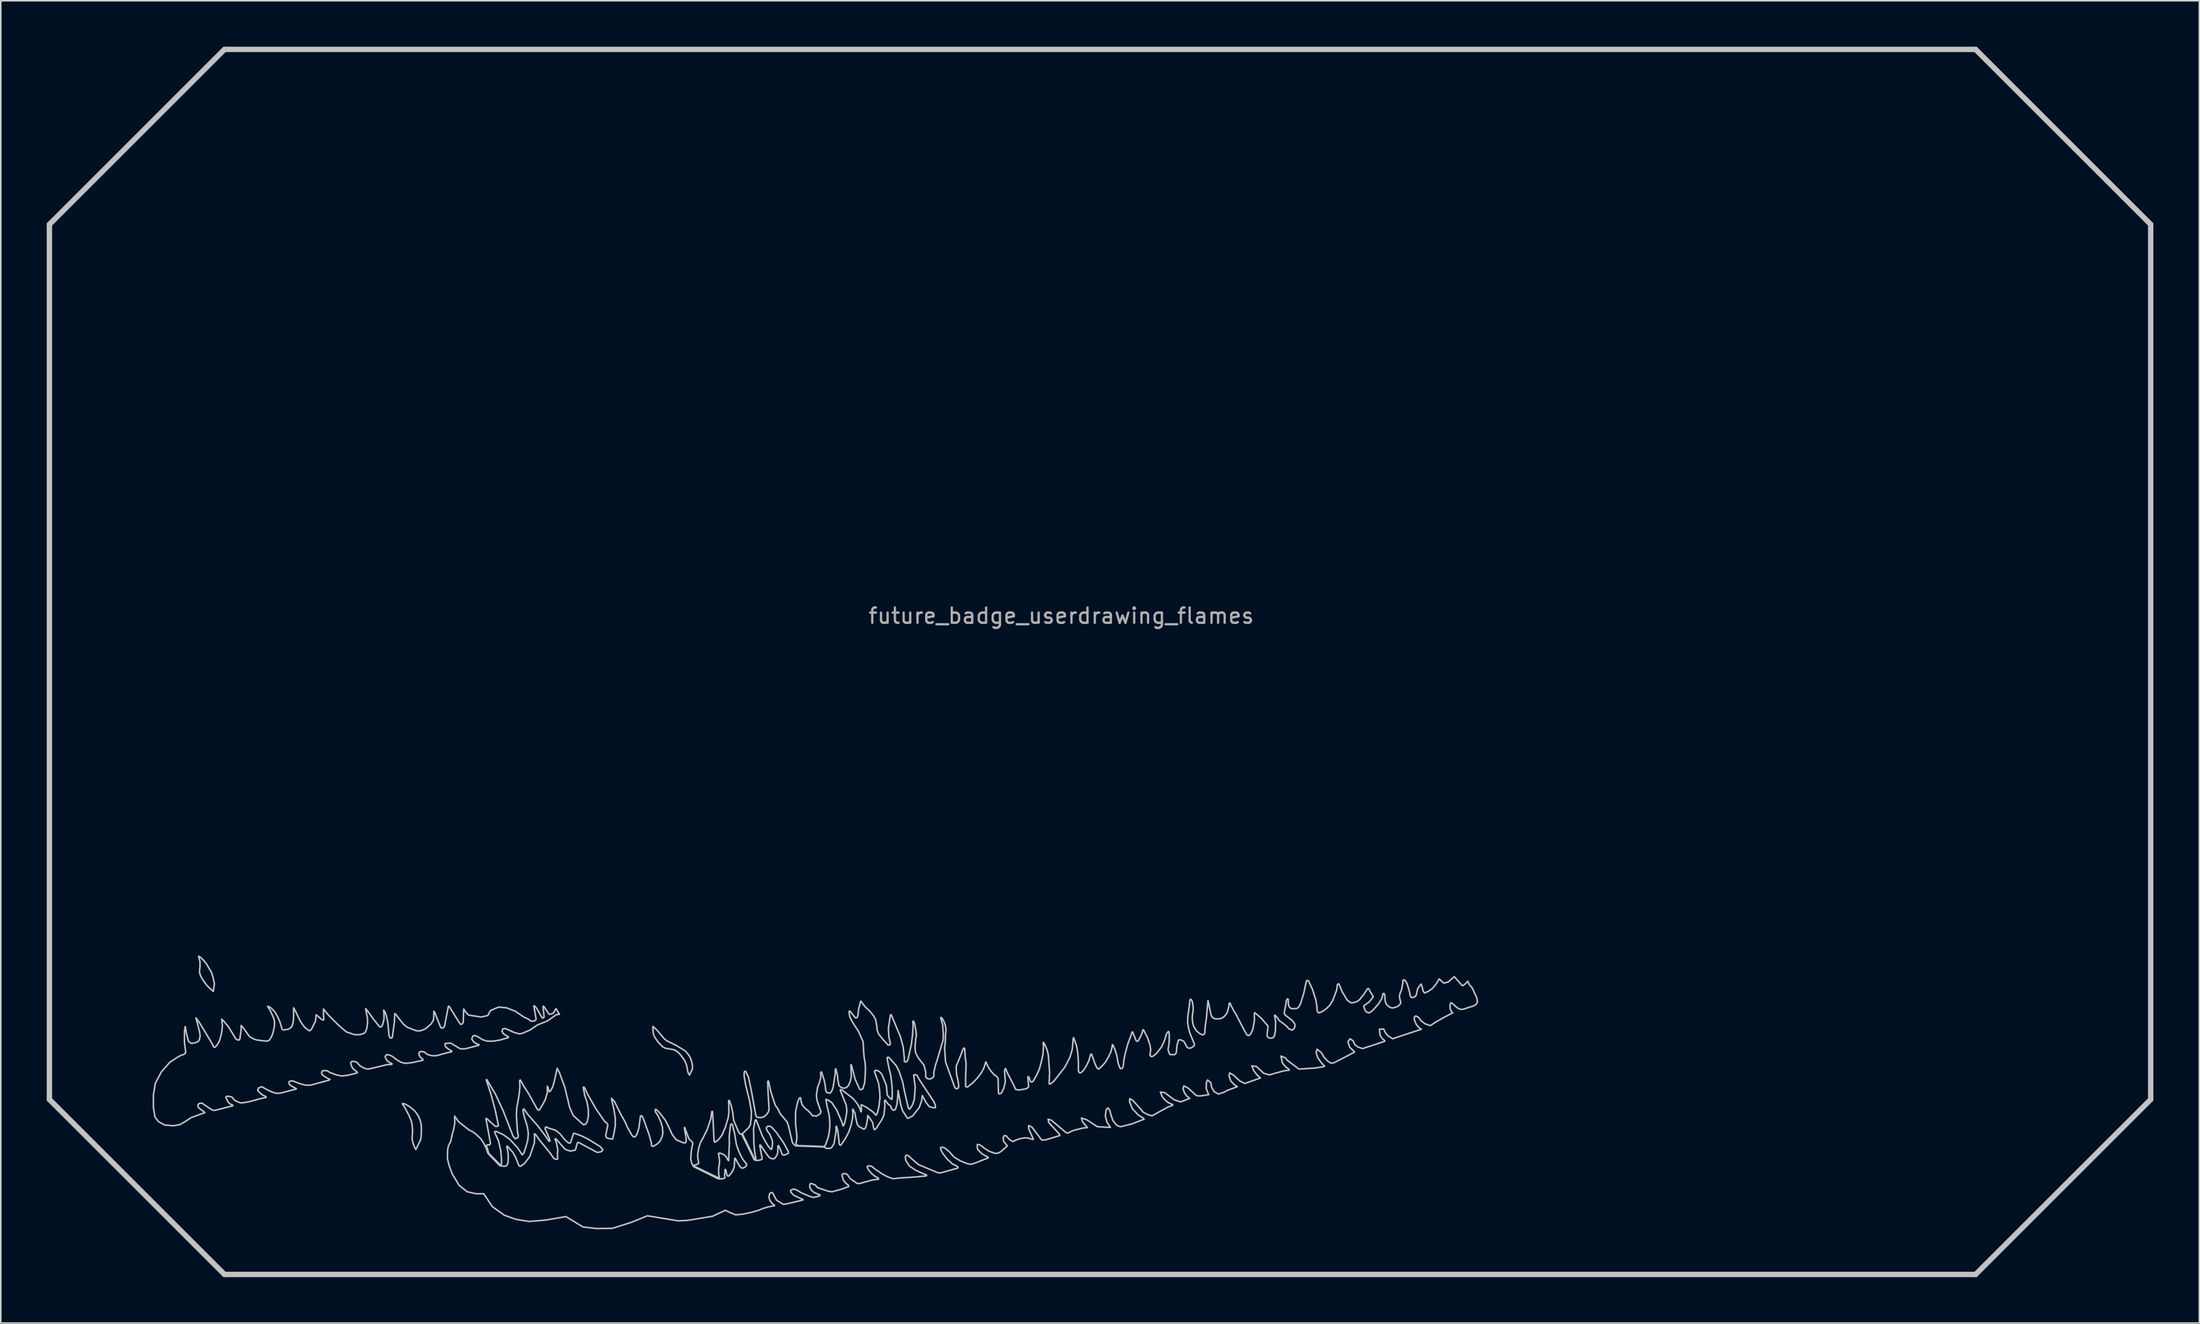
<source format=kicad_pcb>
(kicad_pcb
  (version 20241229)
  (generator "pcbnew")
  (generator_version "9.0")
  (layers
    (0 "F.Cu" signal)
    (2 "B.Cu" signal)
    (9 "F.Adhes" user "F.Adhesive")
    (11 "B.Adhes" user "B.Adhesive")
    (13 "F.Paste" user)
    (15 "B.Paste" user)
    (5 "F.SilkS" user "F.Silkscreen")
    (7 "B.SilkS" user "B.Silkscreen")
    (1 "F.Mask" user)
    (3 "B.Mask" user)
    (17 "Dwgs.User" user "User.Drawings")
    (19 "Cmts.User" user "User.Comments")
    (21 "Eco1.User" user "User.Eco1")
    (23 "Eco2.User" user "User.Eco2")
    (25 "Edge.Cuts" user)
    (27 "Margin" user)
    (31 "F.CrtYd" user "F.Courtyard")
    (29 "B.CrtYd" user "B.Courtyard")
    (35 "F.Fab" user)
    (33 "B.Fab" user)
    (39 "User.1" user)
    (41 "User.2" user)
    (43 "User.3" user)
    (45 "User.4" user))
  (footprint "future_badge_userdrawing_flames"
    (layer "F.Cu")
    (at 66.213 37.664)
    (property "Reference" "future_badge_userdrawing_flames" (at 0 -0.5 0) (unlocked yes) (layer "F.Fab") (effects (font (size 1 1) (thickness 0.15))))
    (fp_line (start -66.038 -26.06) (end -66.038 31.083) (stroke (width 0.35) (type solid)) (layer "Dwgs.User"))
    (fp_line (start -66.038 31.083) (end -54.61 42.511) (stroke (width 0.35) (type solid)) (layer "Dwgs.User"))
    (fp_line (start -54.61 -37.489) (end -66.038 -26.06) (stroke (width 0.35) (type solid)) (layer "Dwgs.User"))
    (fp_line (start -54.61 42.511) (end 59.676 42.511) (stroke (width 0.35) (type solid)) (layer "Dwgs.User"))
    (fp_line (start 59.676 -37.489) (end -54.61 -37.489) (stroke (width 0.35) (type solid)) (layer "Dwgs.User"))
    (fp_line (start 59.676 42.511) (end 71.105 31.083) (stroke (width 0.35) (type solid)) (layer "Dwgs.User"))
    (fp_line (start 71.105 -26.06) (end 59.676 -37.489) (stroke (width 0.35) (type solid)) (layer "Dwgs.User"))
    (fp_line (start 71.105 31.083) (end 71.105 -26.06) (stroke (width 0.35) (type solid)) (layer "Dwgs.User"))
    (fp_poly (pts (xy -56.18 21.8) (xy -56.02 21.95) (xy -55.78 22.24) (xy -55.47 22.77) (xy -55.36 23.09) (xy -55.27 23.53) (xy -55.34 24.03) (xy -55.73 23.67) (xy -55.97 23.36) (xy -56.15 23.06) (xy -56.23 22.84) (xy -56.24 22.66) (xy -56.21 22.43) (xy -56.21 22.09) (xy -56.26 21.91) (xy -56.3 21.73) (xy -56.28 21.73)) (stroke (width 0.1) (type solid)) (fill no) (layer "Dwgs.User"))
    (fp_poly (pts (xy -42.8 31.39) (xy -42.7 31.45) (xy -42.5 31.58) (xy -42.25 31.78) (xy -42.06 32) (xy -41.92 32.24) (xy -41.83 32.47) (xy -41.77 32.74) (xy -41.76 32.99) (xy -41.77 33.43) (xy -41.79 33.6) (xy -41.82 33.73) (xy -41.95 34) (xy -42.12 34.35) (xy -42.18 34.26) (xy -42.26 34.07) (xy -42.34 33.8) (xy -42.36 33.68) (xy -42.36 33.46) (xy -42.34 33.27) (xy -42.34 33.03) (xy -42.37 32.73) (xy -42.41 32.51) (xy -42.57 32.13) (xy -42.84 31.61) (xy -43.01 31.36) (xy -42.95 31.35)) (stroke (width 0.1) (type solid)) (fill no) (layer "Dwgs.User"))
    (fp_poly (pts (xy -26.38 26.56) (xy -25.9 27.13) (xy -25.74 27.25) (xy -25.1 27.57) (xy -24.55 27.91) (xy -24.38 28.09) (xy -24.23 28.31) (xy -24.14 28.54) (xy -24.08 28.8) (xy -24.07 29) (xy -24.08 29.11) (xy -24.26 29.49) (xy -24.32 29.4) (xy -24.37 29.28) (xy -24.4 29.14) (xy -24.44 28.88) (xy -24.51 28.7) (xy -24.58 28.53) (xy -24.84 28.18) (xy -24.98 28.03) (xy -25.11 27.92) (xy -25.24 27.85) (xy -25.4 27.81) (xy -25.75 27.76) (xy -25.9 27.71) (xy -26.04 27.62) (xy -26.3 27.35) (xy -26.53 27.02) (xy -26.61 26.83) (xy -26.65 26.51) (xy -26.65 26.31)) (stroke (width 0.1) (type solid)) (fill no) (layer "Dwgs.User"))
    (fp_poly (pts (xy -34.3 25.05) (xy -34.175 25.225) (xy -33.975 25.6) (xy -33.85 25.775) (xy -33.8 25.75) (xy -33.75 25.7) (xy -33.775 25.475) (xy -33.825 25) (xy -33.775 25) (xy -33.425 25.525) (xy -33.275 25.5) (xy -33.15 25.45) (xy -32.975 25.15) (xy -32.75 25.525) (xy -32.825 25.525) (xy -32.95 25.55) (xy -33.1 25.65) (xy -33.275 25.775) (xy -33.525 25.95) (xy -34.2 26.225) (xy -34.675 26.55) (xy -35.2 26.775) (xy -35.375 26.8) (xy -35.725 26.7) (xy -36.275 26.45) (xy -36.45 26.475) (xy -36.5 26.625) (xy -36.4 26.8) (xy -36.075 27) (xy -36.1 27.05) (xy -36.625 27.2) (xy -37.075 27.275) (xy -37.475 27.275) (xy -37.775 27.175) (xy -38.05 27) (xy -38.275 26.9) (xy -38.4 26.95) (xy -38.475 27.125) (xy -38.35 27.325) (xy -38.15 27.45) (xy -38 27.5) (xy -38.025 27.55) (xy -38.9 27.775) (xy -39.225 27.775) (xy -39.85 27.4) (xy -40.2 27.425) (xy -40.225 27.55) (xy -40.15 27.675) (xy -39.95 27.825) (xy -39.775 27.925) (xy -39.8 27.975) (xy -40.05 28.025) (xy -40.775 28.225) (xy -41.075 28.225) (xy -41.35 28.15) (xy -41.5 28.05) (xy -41.575 27.975) (xy -41.775 27.95) (xy -41.9 28) (xy -41.925 28.125) (xy -41.85 28.3) (xy -41.65 28.475) (xy -41.675 28.525) (xy -42.35 28.675) (xy -42.825 28.725) (xy -43.1 28.65) (xy -43.35 28.5) (xy -43.65 28.275) (xy -43.8 28.2) (xy -44 28.15) (xy -44.1 28.225) (xy -44.125 28.3) (xy -44.1 28.375) (xy -44 28.55) (xy -43.825 28.675) (xy -43.675 28.75) (xy -43.7 28.8) (xy -43.975 28.8) (xy -44.475 28.925) (xy -45.1 29.075) (xy -45.3 29.1) (xy -45.525 29.025) (xy -45.775 28.875) (xy -45.95 28.675) (xy -46.125 28.6) (xy -46.3 28.6) (xy -46.375 28.675) (xy -46.325 28.9) (xy -46.225 29.075) (xy -45.95 29.3) (xy -45.95 29.35) (xy -46.55 29.5) (xy -46.975 29.55) (xy -47.325 29.475) (xy -47.725 29.325) (xy -47.925 29.2) (xy -48.2 29.2) (xy -48.275 29.3) (xy -48.25 29.45) (xy -48.125 29.55) (xy -47.975 29.65) (xy -47.725 29.775) (xy -47.8 29.825) (xy -49 30.15) (xy -49.3 30.15) (xy -49.7 30.05) (xy -50.15 29.875) (xy -50.3 29.875) (xy -50.4 29.925) (xy -50.4 30.05) (xy -50.35 30.125) (xy -50.25 30.2) (xy -49.925 30.375) (xy -49.925 30.4) (xy -50.975 30.675) (xy -51.25 30.675) (xy -51.5 30.6) (xy -51.825 30.45) (xy -52.175 30.25) (xy -52.375 30.325) (xy -52.45 30.475) (xy -52.35 30.6) (xy -52.15 30.775) (xy -51.9 30.9) (xy -51.9 30.95) (xy -52.35 31.05) (xy -52.975 31.225) (xy -53.4 31.3) (xy -53.575 31.3) (xy -53.725 31.25) (xy -53.925 31.15) (xy -54.025 31.05) (xy -54.125 30.925) (xy -54.325 30.875) (xy -54.45 30.875) (xy -54.525 30.925) (xy -54.475 31.05) (xy -54.375 31.25) (xy -54.25 31.375) (xy -54.075 31.45) (xy -54.075 31.5) (xy -54.475 31.6) (xy -55.15 31.775) (xy -55.3 31.8) (xy -55.4 31.775) (xy -55.525 31.7) (xy -55.75 31.55) (xy -56.075 31.325) (xy -56.225 31.325) (xy -56.325 31.4) (xy -56.35 31.525) (xy -56.3 31.625) (xy -55.9 31.925) (xy -55.9 31.95) (xy -56.05 32) (xy -56.8 32.275) (xy -57.175 32.525) (xy -57.525 32.725) (xy -57.95 32.8) (xy -58.525 32.75) (xy -58.925 32.525) (xy -59.15 32.225) (xy -59.25 31.625) (xy -59.25 30.775) (xy -59.125 30.025) (xy -58.725 29.275) (xy -58.175 28.65) (xy -57.675 28.325) (xy -57.45 28.2) (xy -57.275 28.15) (xy -57.15 28.05) (xy -57.15 27.925) (xy -57.225 27.375) (xy -57.225 26.65) (xy -57.175 26.325) (xy -57.125 26.575) (xy -57.1 26.75) (xy -57 27.15) (xy -56.95 27.3) (xy -56.85 27.375) (xy -56.75 27.425) (xy -56.5 27.375) (xy -56.325 27.3) (xy -56.25 27.175) (xy -56.2 26.95) (xy -56.225 26.725) (xy -56.325 26.325) (xy -56.475 25.75) (xy -56.225 26.1) (xy -55.425 27.425) (xy -55.375 27.525) (xy -55.325 27.65) (xy -55.275 27.675) (xy -55.225 27.675) (xy -55.075 27.5) (xy -54.95 27.275) (xy -54.85 26.95) (xy -54.775 26.575) (xy -54.75 26.25) (xy -54.775 26) (xy -54.8 25.85) (xy -54.7 25.925) (xy -54.55 26.1) (xy -54.325 26.375) (xy -53.875 27.125) (xy -53.75 27.2) (xy -53.65 27.2) (xy -53.6 27.1) (xy -53.55 26.7) (xy -53.525 26.525) (xy -53.525 26.25) (xy -53.35 26.45) (xy -53.125 26.775) (xy -52.975 26.975) (xy -52.725 27.125) (xy -52.5 27.2) (xy -52.1 27.25) (xy -51.85 27.275) (xy -51.7 27.225) (xy -51.55 27) (xy -51.45 26.75) (xy -51.4 26.525) (xy -51.35 26.275) (xy -51.35 25.975) (xy -51.4 25.775) (xy -51.6 25.325) (xy -51.8 25) (xy -51.65 25.05) (xy -51.475 25.2) (xy -51.3 25.4) (xy -51.125 25.725) (xy -51 26) (xy -50.85 26.5) (xy -50.75 26.55) (xy -50.475 26.5) (xy -50.35 26.45) (xy -50.2 26.3) (xy -50.125 26) (xy -50.1 25.7) (xy -50.1 25.1) (xy -50 25.275) (xy -49.65 26) (xy -49.375 26.375) (xy -49.15 26.55) (xy -49.075 26.6) (xy -48.975 26.55) (xy -48.925 26.475) (xy -48.675 25.975) (xy -48.65 25.75) (xy -48.625 25.55) (xy -48.25 25.875) (xy -48.175 25.9) (xy -48.125 25.875) (xy -48.15 25.5) (xy -48.15 25.175) (xy -47.85 25.55) (xy -47.125 26.275) (xy -46.65 26.675) (xy -46.125 26.85) (xy -45.775 26.85) (xy -45.525 26.775) (xy -45.425 26.7) (xy -45.325 26.45) (xy -45.275 26.1) (xy -45.275 25.825) (xy -45.4 25.15) (xy -45.2 25.4) (xy -44.9 25.825) (xy -44.6 26.2) (xy -44.475 26.35) (xy -44.35 26.325) (xy -44.275 26.15) (xy -44.2 25.825) (xy -44.2 25.525) (xy -44.225 25.25) (xy -44.15 25.35) (xy -44.075 25.525) (xy -44.025 25.725) (xy -43.95 26.05) (xy -43.875 26.9) (xy -43.825 27.025) (xy -43.775 27.075) (xy -43.675 27.05) (xy -43.65 26.975) (xy -43.525 26.05) (xy -43.5 25.475) (xy -43.45 25.5) (xy -43.125 25.925) (xy -42.925 26.175) (xy -42.675 26.375) (xy -42.075 26.6) (xy -41.825 26.6) (xy -41.5 26.475) (xy -41.125 26.15) (xy -40.975 25.9) (xy -40.95 25.65) (xy -40.95 25.325) (xy -40.9 25.375) (xy -40.525 26.325) (xy -40.475 26.4) (xy -40.425 26.425) (xy -40.325 26.4) (xy -40.25 26.3) (xy -40 25) (xy -39.95 25) (xy -39.25 26.125) (xy -39.2 26.175) (xy -39.15 26.175) (xy -39.075 26.125) (xy -39.025 26.025) (xy -39 25.175) (xy -38.825 25.425) (xy -38.675 25.575) (xy -38.35 25.625) (xy -37.85 25.7) (xy -37.425 25.6) (xy -37.25 25.275) (xy -36.725 25.05) (xy -36.2 25.1) (xy -35.625 25.325) (xy -35.075 25.7) (xy -34.8 25.825) (xy -34.625 25.95) (xy -34.525 25.975) (xy -34.375 25.95) (xy -34.3 25.9) (xy -34.275 25.825) (xy -34.425 24.975) (xy -34.375 24.975)) (stroke (width 0.1) (type solid)) (fill no) (layer "Dwgs.User"))
    (fp_poly (pts (xy 26.17 23.65) (xy 26.23 23.64) (xy 26.39 23.52) (xy 26.53 23.36) (xy 26.64 23.59) (xy 26.82 23.79) (xy 27.12 24.45) (xy 27.17 24.71) (xy 27.07 24.88) (xy 26.88 24.99) (xy 26.63 25.06) (xy 26.25 25.19) (xy 26.06 25.2) (xy 25.88 25.12) (xy 25.74 25.01) (xy 25.63 24.89) (xy 25.44 24.76) (xy 25.37 24.9) (xy 25.38 25.15) (xy 25.47 25.34) (xy 25.55 25.43) (xy 25.1 25.66) (xy 24.47 26.01) (xy 24.09 26.26) (xy 23.74 26.14) (xy 23.47 25.93) (xy 23.32 25.72) (xy 23.14 25.63) (xy 23.04 25.71) (xy 23.05 25.9) (xy 23.18 26.2) (xy 23.33 26.37) (xy 23.5 26.5) (xy 22.34 26.88) (xy 21.63 27.12) (xy 21.33 26.93) (xy 21.17 26.75) (xy 21.05 26.49) (xy 20.77 26.49) (xy 20.81 26.89) (xy 20.95 27.1) (xy 21.11 27.24) (xy 21.11 27.29) (xy 19.67 27.76) (xy 19.39 27.67) (xy 19.17 27.52) (xy 19.04 27.25) (xy 18.85 27.12) (xy 18.71 27.32) (xy 18.83 27.67) (xy 19.14 27.97) (xy 19.11 28.01) (xy 17.82 28.68) (xy 17.62 28.72) (xy 17.39 28.58) (xy 17.15 28.32) (xy 16.98 28.03) (xy 16.7 27.8) (xy 16.63 28) (xy 16.75 28.37) (xy 16.98 28.69) (xy 17.19 28.91) (xy 17.05 28.96) (xy 16.56 29.03) (xy 15.52 29.1) (xy 14.76 28.53) (xy 14.63 28.37) (xy 14.34 28.25) (xy 14.43 28.69) (xy 14.65 28.96) (xy 14.84 29.09) (xy 14.88 29.17) (xy 14.54 29.21) (xy 13.58 29.48) (xy 13.21 29.37) (xy 12.74 28.93) (xy 12.44 28.89) (xy 12.56 29.19) (xy 12.78 29.48) (xy 13 29.68) (xy 11.98 30.04) (xy 11.65 29.87) (xy 11.24 29.49) (xy 10.99 29.35) (xy 10.95 29.54) (xy 11.07 29.88) (xy 11.31 30.13) (xy 11.49 30.25) (xy 10.84 30.49) (xy 10.62 30.61) (xy 10.26 30.73) (xy 9.98 30.57) (xy 9.82 30.3) (xy 9.76 29.99) (xy 9.55 29.81) (xy 9.48 29.94) (xy 9.46 30.35) (xy 9.58 30.67) (xy 9.63 30.77) (xy 9.1 30.85) (xy 8.9 30.85) (xy 8.77 30.79) (xy 8.45 30.49) (xy 8.24 30.31) (xy 8 30.2) (xy 7.95 30.4) (xy 8.07 30.7) (xy 8.2 30.87) (xy 8.36 30.99) (xy 8.38 31.02) (xy 7.79 31.24) (xy 7.38 31.11) (xy 6.76 30.64) (xy 6.47 30.6) (xy 6.55 30.8) (xy 6.61 30.93) (xy 6.81 31.15) (xy 6.99 31.29) (xy 7.27 31.42) (xy 7.28 31.46) (xy 6.92 31.6) (xy 5.93 32.15) (xy 5.69 32.09) (xy 5.37 31.93) (xy 4.69 31.16) (xy 4.47 31.03) (xy 4.46 31.24) (xy 4.64 31.68) (xy 5.03 32.1) (xy 5.37 32.31) (xy 5.41 32.37) (xy 4.61 32.68) (xy 3.9 32.86) (xy 3.73 32.82) (xy 3.58 32.73) (xy 3.37 32.45) (xy 3.25 32.11) (xy 3.18 31.82) (xy 3.05 31.63) (xy 2.93 31.75) (xy 2.88 32.16) (xy 2.98 32.56) (xy 3.21 32.91) (xy 2.35 32.86) (xy 1.67 32.41) (xy 1.32 32.3) (xy 1.39 32.54) (xy 1.71 32.92) (xy 1.42 32.95) (xy 0.81 33.1) (xy 0.42 33.28) (xy 0.3 33.24) (xy -0.64 32.44) (xy -0.86 32.37) (xy -0.82 32.58) (xy -0.11 33.36) (xy -0.09 33.44) (xy -0.98 33.71) (xy -1.23 33.74) (xy -1.29 33.71) (xy -1.92 32.88) (xy -2.13 32.79) (xy -2.12 33.01) (xy -1.83 33.65) (xy -1.83 33.7) (xy -2.19 33.6) (xy -2.41 33.59) (xy -2.76 33.66) (xy -3.02 33.76) (xy -3.14 33.83) (xy -3.28 33.77) (xy -3.43 33.65) (xy -3.58 33.47) (xy -3.72 33.44) (xy -3.79 33.57) (xy -3.76 33.82) (xy -3.52 34.11) (xy -3.9 34.46) (xy -4.08 34.57) (xy -4.3 34.61) (xy -4.7 34.47) (xy -5.03 34.26) (xy -5.2 34.12) (xy -5.33 34.04) (xy -5.47 34.02) (xy -5.49 34.14) (xy -5.46 34.34) (xy -5.2 34.61) (xy -4.93 34.78) (xy -4.77 34.85) (xy -4.77 34.9) (xy -5.63 35.24) (xy -5.91 35.32) (xy -6.15 35.27) (xy -6.57 35.1) (xy -6.99 34.85) (xy -7.29 34.51) (xy -7.59 34.26) (xy -7.76 34.2) (xy -7.87 34.22) (xy -7.87 34.35) (xy -7.71 34.64) (xy -7.45 34.97) (xy -7.11 35.29) (xy -6.8 35.44) (xy -6.73 35.52) (xy -6.77 35.57) (xy -7.81 35.86) (xy -7.93 35.88) (xy -8.02 35.88) (xy -9.33 35.33) (xy -9.78 34.94) (xy -9.91 34.81) (xy -10.02 34.73) (xy -10.13 34.73) (xy -10.18 34.82) (xy -10.15 35.06) (xy -9.91 35.43) (xy -9.51 35.7) (xy -9.03 35.92) (xy -8.78 36.02) (xy -8.81 36.08) (xy -9.86 36.17) (xy -10.56 36.21) (xy -10.98 36.26) (xy -11.3 36.15) (xy -11.65 35.97) (xy -12.14 35.64) (xy -12.37 35.45) (xy -12.58 35.41) (xy -12.67 35.47) (xy -12.59 35.67) (xy -12.38 35.92) (xy -12.13 36.12) (xy -11.94 36.21) (xy -11.92 36.29) (xy -12.32 36.34) (xy -12.83 36.48) (xy -13.17 36.58) (xy -13.33 36.56) (xy -13.77 36.26) (xy -13.96 35.98) (xy -14.11 35.92) (xy -14.27 35.94) (xy -14.31 36.04) (xy -14.22 36.35) (xy -14.06 36.55) (xy -14 36.6) (xy -13.89 36.68) (xy -13.87 36.77) (xy -14.07 36.84) (xy -14.33 36.94) (xy -14.95 37.11) (xy -15.19 37.08) (xy -15.89 36.85) (xy -16.07 36.66) (xy -16.31 36.57) (xy -16.39 36.59) (xy -16.42 36.75) (xy -16.41 36.83) (xy -16.31 37) (xy -16.14 37.15) (xy -15.75 37.32) (xy -15.75 37.36) (xy -15.86 37.41) (xy -16.18 37.48) (xy -16.47 37.39) (xy -16.96 37.18) (xy -17.31 36.97) (xy -17.51 36.94) (xy -17.66 37.02) (xy -17.64 37.15) (xy -17.45 37.34) (xy -17.1 37.51) (xy -16.86 37.61) (xy -16.86 37.65) (xy -17.91 37.9) (xy -18.15 37.93) (xy -18.58 37.66) (xy -18.84 37.18) (xy -18.95 37.16) (xy -19.04 37.26) (xy -19.08 37.47) (xy -19.01 37.68) (xy -18.86 37.89) (xy -18.73 37.97) (xy -18.71 38.02) (xy -19.13 38.1) (xy -19.49 38.21) (xy -19.72 38.31) (xy -20.2 38.45) (xy -20.76 38.57) (xy -21.25 38.62) (xy -21.66 38.45) (xy -21.92 38.32) (xy -22.76 38.71) (xy -24.38 38.98) (xy -25 39.01) (xy -27.01 38.68) (xy -28.06 39.11) (xy -29.3 39.5) (xy -30.34 39.51) (xy -31.21 39.41) (xy -32.33 38.73) (xy -33.64 38.96) (xy -34.74 39.05) (xy -35.6 38.91) (xy -36.35 38.64) (xy -37.13 38.08) (xy -37.69 37.24) (xy -38.19 37.24) (xy -38.77 37.11) (xy -39.3 36.69) (xy -39.75 35.94) (xy -39.95 35.4) (xy -40.06 34.95) (xy -40.05 34.41) (xy -40.01 34.15) (xy -39.84 33.8) (xy -39.78 33.5) (xy -39.65 33.01) (xy -39.58 32.62) (xy -39.59 32.17) (xy -39.34 32.53) (xy -38.67 33.06) (xy -38.4 33.2) (xy -38.17 33.38) (xy -37.88 33.65) (xy -37.69 33.95) (xy -37.53 34.27) (xy -37.41 34.61) (xy -36.64 35.41) (xy -36.33 35.45) (xy -36.19 35.4) (xy -36.1 35.19) (xy -36.09 34.74) (xy -36.13 34.41) (xy -36.19 34.16) (xy -36.15 34.13) (xy -35.78 34.55) (xy -35.6 34.88) (xy -35.44 35.3) (xy -35.37 35.43) (xy -35.27 35.44) (xy -35.04 35.27) (xy -34.69 34.82) (xy -34.39 33.94) (xy -34.37 33.51) (xy -34.39 33.33) (xy -34.32 33.35) (xy -34.02 33.77) (xy -33.4 34.53) (xy -33.11 34.94) (xy -32.95 35) (xy -32.87 34.97) (xy -32.88 34.65) (xy -32.86 34.34) (xy -32.95 33.91) (xy -33.04 33.66) (xy -32.99 33.64) (xy -32.39 34.33) (xy -32.06 34.45) (xy -31.79 34.41) (xy -31.71 34.38) (xy -31.58 33.92) (xy -31.54 33.89) (xy -31.48 33.9) (xy -30.29 34.54) (xy -30.06 34.51) (xy -29.96 34.44) (xy -29.92 34.35) (xy -30.09 34.16) (xy -30.88 33.67) (xy -31.36 33.44) (xy -31.76 33.3) (xy -31.83 33.3) (xy -31.99 33.79) (xy -32.04 33.93) (xy -32.14 33.93) (xy -32.35 33.77) (xy -32.72 33.32) (xy -33.01 33.09) (xy -33.44 32.96) (xy -33.64 32.87) (xy -33.69 32.98) (xy -33.4 33.66) (xy -33.37 33.81) (xy -33.43 33.81) (xy -33.72 33.39) (xy -34.21 32.75) (xy -34.8 32.08) (xy -35.05 31.72) (xy -35.09 31.7) (xy -35.13 31.77) (xy -35.07 32.12) (xy -34.85 32.84) (xy -34.78 33.3) (xy -34.82 33.77) (xy -34.94 34.18) (xy -35.07 34.58) (xy -35.18 34.7) (xy -35.31 34.5) (xy -35.48 34.24) (xy -36 33.68) (xy -36.42 33.38) (xy -36.89 33.16) (xy -36.99 33.2) (xy -36.72 33.81) (xy -36.58 34.42) (xy -36.53 35.04) (xy -36.54 35.32) (xy -36.56 35.36) (xy -36.61 35.36) (xy -37.36 34.61) (xy -37.47 34.24) (xy -37.53 34.1) (xy -37.45 34.05) (xy -37.31 34.05) (xy -37.25 33.95) (xy -37.5 32.6) (xy -37.55 32.32) (xy -37.46 32.36) (xy -36.95 32.83) (xy -36.89 32.85) (xy -36.78 32.83) (xy -36.73 32.78) (xy -36.94 31.79) (xy -37.21 30.77) (xy -37.53 29.8) (xy -37.49 29.79) (xy -36.94 30.71) (xy -36.42 31.83) (xy -35.77 33.5) (xy -35.63 33.65) (xy -35.47 33.58) (xy -35.43 33.46) (xy -35.48 33.25) (xy -35.51 32.91) (xy -35.56 32.11) (xy -35.53 31.59) (xy -35.47 31.3) (xy -35.37 30.69) (xy -35.33 30.25) (xy -35.35 29.85) (xy -35.3 29.81) (xy -35.1 30.18) (xy -34.75 30.72) (xy -34.18 31.75) (xy -34.07 31.78) (xy -33.88 31.48) (xy -33.69 31.13) (xy -33.54 30.63) (xy -33.54 30.22) (xy -33.49 30.32) (xy -33.42 30.57) (xy -33.34 30.54) (xy -33.19 30.26) (xy -33.09 29.91) (xy -32.9 29.05) (xy -32.75 29.33) (xy -32.41 30.26) (xy -32.08 31.61) (xy -31.85 32.13) (xy -31.19 32.73) (xy -31.04 32.7) (xy -30.93 32.52) (xy -30.86 32.13) (xy -30.87 31.71) (xy -30.95 31.25) (xy -31.1 30.82) (xy -31.16 30.49) (xy -31.2 30.29) (xy -31.14 30.27) (xy -30.9 30.76) (xy -30.36 31.71) (xy -29.79 32.53) (xy -29.67 32.61) (xy -29.59 32.74) (xy -29.73 33.44) (xy -29.67 33.59) (xy -29.45 33.65) (xy -29.28 33.67) (xy -29.18 33.23) (xy -29.1 32.75) (xy -29.11 32.26) (xy -29.2 31.71) (xy -29.32 31.19) (xy -29.35 31.01) (xy -29.16 31.22) (xy -28.7 32.14) (xy -28.5 32.48) (xy -28.27 32.99) (xy -28 33.45) (xy -27.9 33.53) (xy -27.79 33.51) (xy -27.68 33.32) (xy -27.57 32.96) (xy -27.5 32.48) (xy -27.47 32.18) (xy -27.39 32.14) (xy -27.29 32.29) (xy -26.89 33.41) (xy -26.74 33.97) (xy -26.74 34.09) (xy -26.67 34.15) (xy -26.55 34.1) (xy -26.37 33.99) (xy -26.19 33.81) (xy -26.06 33.55) (xy -26 33.27) (xy -26.03 32.89) (xy -26.14 32.53) (xy -26.31 32.16) (xy -26.49 31.88) (xy -26.5 31.79) (xy -26.47 31.72) (xy -26.33 31.83) (xy -26.12 32.07) (xy -25.84 32.44) (xy -25.75 32.6) (xy -25.56 33) (xy -25.4 33.36) (xy -25.13 33.71) (xy -24.68 33.91) (xy -24.54 33.92) (xy -24.48 33.86) (xy -24.49 33.54) (xy -24.6 32.95) (xy -24.58 32.91) (xy -24.29 33.67) (xy -24.09 33.85) (xy -24.04 33.97) (xy -24.1 34.18) (xy -24.15 34.51) (xy -24.18 34.96) (xy -24.12 35.24) (xy -24.05 35.37) (xy -24.01 35.46) (xy -22.6 36.16) (xy -22.41 36.26) (xy -22.28 36.27) (xy -22.11 36.26) (xy -22 36.23) (xy -21.95 36.2) (xy -21.97 36.02) (xy -21.95 35.86) (xy -21.95 35.68) (xy -21.92 35.65) (xy -21.89 35.69) (xy -21.84 35.93) (xy -21.79 36.07) (xy -21.74 36.09) (xy -21.68 36.07) (xy -21.53 35.88) (xy -21.41 35.68) (xy -21.34 35.47) (xy -21.31 34.93) (xy -21.28 34.92) (xy -21.01 35.41) (xy -20.9 35.54) (xy -20.85 35.56) (xy -20.75 35.56) (xy -20.61 35.48) (xy -20.55 35.41) (xy -20.53 35.3) (xy -20.62 35.2) (xy -20.79 34.98) (xy -20.95 34.68) (xy -21.11 34.3) (xy -21.21 33.98) (xy -21.32 33.3) (xy -21.46 32.73) (xy -21.52 32.68) (xy -21.56 32.69) (xy -21.6 32.84) (xy -21.67 33.5) (xy -21.66 34) (xy -21.7 34.85) (xy -21.71 35.08) (xy -21.76 35.03) (xy -21.86 34.84) (xy -21.94 34.75) (xy -22.09 34.65) (xy -22.3 34.58) (xy -22.37 34.61) (xy -22.3 35.03) (xy -22.31 35.29) (xy -22.36 35.58) (xy -22.36 35.95) (xy -22.32 36.11) (xy -22.31 36.17) (xy -22.35 36.19) (xy -22.42 36.18) (xy -23.09 35.86) (xy -23.77 35.53) (xy -23.99 35.43) (xy -23.97 35.39) (xy -23.91 35.37) (xy -23.75 35.31) (xy -23.67 35.26) (xy -23.67 35.16) (xy -23.71 34.98) (xy -23.73 34.69) (xy -23.66 34.25) (xy -23.54 33.88) (xy -23.38 33.6) (xy -23.11 33.05) (xy -22.87 32.34) (xy -22.81 31.88) (xy -22.76 31.86) (xy -22.73 32.34) (xy -22.66 33.74) (xy -22.63 33.87) (xy -22.49 33.81) (xy -22.32 33.65) (xy -22.13 33.39) (xy -21.92 32.89) (xy -21.74 32.3) (xy -21.69 31.91) (xy -21.7 31.4) (xy -21.71 31.16) (xy -21.66 31.15) (xy -21.54 31.49) (xy -21.44 31.93) (xy -21.38 32.45) (xy -21.08 33.15) (xy -20.99 33.31) (xy -20.94 33.34) (xy -20.86 33.34) (xy -20.51 34.05) (xy -20.11 34.87) (xy -20.04 35.03) (xy -19.84 35.07) (xy -19.66 35.04) (xy -19.53 34.99) (xy -19.52 34.94) (xy -19.68 34.07) (xy -19.63 34.06) (xy -19.15 34.76) (xy -19.03 34.89) (xy -18.83 34.97) (xy -18.69 34.93) (xy -18.56 34.72) (xy -18.5 34.55) (xy -18.49 34.12) (xy -18.45 34.09) (xy -18.34 34.33) (xy -18.21 34.68) (xy -18.09 34.72) (xy -17.84 34.62) (xy -17.8 34.58) (xy -17.81 34.48) (xy -18.11 33.93) (xy -18.59 33.24) (xy -18.88 32.91) (xy -19.02 32.83) (xy -19.15 32.83) (xy -19.24 32.91) (xy -19.24 33.03) (xy -19.17 33.16) (xy -19.07 33.29) (xy -18.99 33.43) (xy -18.86 33.75) (xy -18.84 33.92) (xy -18.87 34.21) (xy -18.91 34.34) (xy -18.95 34.34) (xy -19.13 34.13) (xy -19.32 33.81) (xy -19.51 33.46) (xy -19.75 32.84) (xy -19.91 32.42) (xy -19.97 32.43) (xy -20.08 32.98) (xy -20.06 33.97) (xy -20.02 34.4) (xy -19.98 34.67) (xy -19.94 34.87) (xy -19.94 35.02) (xy -19.99 35.02) (xy -20.57 33.81) (xy -20.77 33.41) (xy -20.81 33.32) (xy -20.41 32.93) (xy -20.29 32.74) (xy -20.23 32.26) (xy -20.22 31.87) (xy -20.35 31.13) (xy -20.59 30.16) (xy -20.7 29.54) (xy -20.69 29.3) (xy -20.66 29.25) (xy -20.6 29.24) (xy -20.41 29.63) (xy -20.23 30.49) (xy -19.94 32.08) (xy -19.88 32.23) (xy -19.77 32.26) (xy -19.58 32.27) (xy -19.38 32.2) (xy -19.21 32.04) (xy -19.11 31.89) (xy -19.07 31.72) (xy -19.13 30.68) (xy -19.16 29.94) (xy -19.13 29.87) (xy -19.1 29.9) (xy -18.95 30.59) (xy -18.67 31.45) (xy -18.49 31.7) (xy -18.34 32.02) (xy -17.89 32.55) (xy -17.8 32.82) (xy -17.71 33.19) (xy -17.55 33.88) (xy -17.45 34.02) (xy -17.34 34.11) (xy -17.2 34.12) (xy -15.48 34.18) (xy -15.45 34.2) (xy -15.32 34.28) (xy -15.1 34.28) (xy -14.98 34.22) (xy -14.83 33.97) (xy -14.7 33.19) (xy -14.7 32.86) (xy -14.67 32.83) (xy -14.58 33.15) (xy -14.5 33.83) (xy -14.49 33.98) (xy -14.45 34.06) (xy -14.38 34.07) (xy -14.08 33.62) (xy -13.86 33.2) (xy -13.71 32.74) (xy -13.62 32.31) (xy -13.6 31.99) (xy -13.62 31.75) (xy -13.59 31.72) (xy -13.46 31.98) (xy -13.42 32.24) (xy -13.31 32.72) (xy -13.17 32.87) (xy -12.88 33.03) (xy -12.77 32.94) (xy -12.71 32.73) (xy -12.64 32.35) (xy -12.63 32.13) (xy -12.54 32.24) (xy -12.31 32.59) (xy -12.25 32.92) (xy -12.2 33.06) (xy -12.08 32.98) (xy -11.72 32.42) (xy -11.57 32.1) (xy -11.51 31.47) (xy -11.53 31.16) (xy -11.49 31.12) (xy -11.32 31.36) (xy -11.13 31.52) (xy -11.08 31.68) (xy -10.95 31.79) (xy -10.82 31.73) (xy -10.72 31.39) (xy -10.67 30.9) (xy -10.65 30.5) (xy -10.47 31.45) (xy -10.35 31.83) (xy -10.04 32.31) (xy -10 32.31) (xy -9.71 32.17) (xy -9.27 31.62) (xy -9.11 31.16) (xy -9.07 30.83) (xy -8.8 31.31) (xy -8.61 31.55) (xy -8.38 31.62) (xy -8.21 31.62) (xy -8.22 31.45) (xy -8.31 31.23) (xy -8.82 30.46) (xy -9.24 29.82) (xy -9.42 29.5) (xy -9.54 29.46) (xy -9.63 29.49) (xy -9.53 30.29) (xy -9.59 31.1) (xy -9.71 31.44) (xy -9.85 31.66) (xy -9.9 31.72) (xy -9.98 31.63) (xy -10.21 30.65) (xy -10.35 29.94) (xy -10.58 29.25) (xy -10.76 28.89) (xy -11.14 28.45) (xy -11.26 28.33) (xy -11.32 28.32) (xy -11.36 28.35) (xy -11.35 28.5) (xy -11.23 29.09) (xy -11.12 29.54) (xy -11.04 30.26) (xy -11.03 30.7) (xy -11.04 31.04) (xy -11.07 31.08) (xy -11.25 30.94) (xy -11.36 30.78) (xy -11.41 30.17) (xy -11.7 29.45) (xy -11.88 29.25) (xy -12.01 29.2) (xy -12.14 29.18) (xy -12.19 29.26) (xy -11.92 30.03) (xy -11.85 30.54) (xy -11.83 30.99) (xy -11.89 31.49) (xy -11.97 31.87) (xy -12.06 32.09) (xy -12.09 32.11) (xy -12.27 31.91) (xy -12.64 31.64) (xy -13.03 31.43) (xy -13.07 31.47) (xy -13.04 31.69) (xy -13.05 31.88) (xy -13.08 31.89) (xy -13.14 31.68) (xy -13.31 31.36) (xy -13.59 31.02) (xy -14.05 30.66) (xy -14.3 30.47) (xy -14.41 30.44) (xy -14.42 30.49) (xy -14.03 31.46) (xy -13.99 31.86) (xy -14.05 32.24) (xy -14.13 32.59) (xy -14.2 32.79) (xy -14.25 32.8) (xy -14.26 32.74) (xy -14.32 32.55) (xy -14.64 31.8) (xy -14.98 31.28) (xy -15.22 31.12) (xy -15.36 31.08) (xy -15.29 31.5) (xy -15.16 32.02) (xy -15.12 32.33) (xy -15.1 32.81) (xy -15.15 33.3) (xy -15.22 33.59) (xy -15.38 34.03) (xy -15.46 34.16) (xy -16.44 34.12) (xy -17.14 34.1) (xy -17.21 34.08) (xy -17.28 34.02) (xy -17.32 33.95) (xy -17.29 33.87) (xy -17.25 33.53) (xy -17.34 32.65) (xy -17.34 31.92) (xy -17.26 31.5) (xy -17.18 31.18) (xy -17.08 30.98) (xy -17 30.98) (xy -16.99 31.16) (xy -16.91 31.43) (xy -16.74 31.64) (xy -16.51 31.83) (xy -16.34 32) (xy -16.25 32.14) (xy -15.97 32.17) (xy -15.76 32.04) (xy -15.68 31.9) (xy -15.75 31.68) (xy -15.85 31.41) (xy -15.94 31.14) (xy -15.98 30.84) (xy -15.96 30.65) (xy -15.92 30.41) (xy -15.9 30.28) (xy -15.79 30.01) (xy -15.69 29.64) (xy -15.7 29.32) (xy -15.65 29.28) (xy -15.49 29.76) (xy -15.41 30.12) (xy -15.38 30.45) (xy -15.32 30.62) (xy -15.18 30.66) (xy -15.07 30.66) (xy -14.98 30.54) (xy -14.9 30.33) (xy -14.84 30.01) (xy -14.75 29.36) (xy -14.74 29.1) (xy -14.71 29.08) (xy -14.6 29.54) (xy -14.58 29.81) (xy -14.5 30.19) (xy -14.35 30.31) (xy -14.2 30.35) (xy -14.01 30.3) (xy -13.89 30.17) (xy -13.77 29.91) (xy -13.7 29.59) (xy -13.73 28.84) (xy -13.7 28.81) (xy -13.45 29.77) (xy -13.15 30.42) (xy -13.05 30.45) (xy -12.94 30.37) (xy -12.83 30) (xy -12.79 29.46) (xy -12.78 29.02) (xy -12.8 28.69) (xy -12.86 28.36) (xy -12.9 27.91) (xy -12.93 27.31) (xy -13.25 26.6) (xy -13.39 26.4) (xy -13.63 26.02) (xy -13.8 25.69) (xy -13.84 25.46) (xy -13.84 25.32) (xy -13.78 25.32) (xy -13.46 25.72) (xy -13.4 25.76) (xy -13.32 25.73) (xy -13.27 25.59) (xy -13.22 25.16) (xy -13.15 24.91) (xy -13.1 24.68) (xy -13.06 24.67) (xy -12.94 24.85) (xy -12.79 25.04) (xy -12.5 25.31) (xy -12.25 25.62) (xy -12.12 25.85) (xy -12.04 26.26) (xy -12.01 26.56) (xy -11.92 26.81) (xy -11.61 27.19) (xy -11.3 27.53) (xy -11.18 27.51) (xy -11.15 27.42) (xy -11.25 27) (xy -11.28 26.45) (xy -11.15 25.56) (xy -11.09 25.56) (xy -10.68 26.55) (xy -10.51 26.94) (xy -10.32 27.63) (xy -10.24 28.37) (xy -10.24 28.59) (xy -10.16 28.64) (xy -10.06 28.59) (xy -10 28.47) (xy -9.78 27.47) (xy -9.7 26.82) (xy -9.67 26.3) (xy -9.69 25.99) (xy -9.65 25.96) (xy -9.57 26.13) (xy -9.5 26.5) (xy -9.45 26.86) (xy -9.5 27.15) (xy -9.54 27.66) (xy -9.51 28.02) (xy -9.34 28.36) (xy -8.96 28.84) (xy -8.84 29.31) (xy -8.85 29.59) (xy -8.77 29.71) (xy -8.62 29.75) (xy -8.45 29.71) (xy -8.35 29.62) (xy -8.31 29.52) (xy -8.32 29.34) (xy -8.22 28.88) (xy -8.07 28.42) (xy -7.82 27.56) (xy -7.72 27.26) (xy -7.69 26.89) (xy -7.74 26.22) (xy -7.87 25.73) (xy -7.84 25.73) (xy -7.76 25.8) (xy -7.64 26.03) (xy -7.56 26.25) (xy -7.52 26.56) (xy -7.55 26.87) (xy -7.57 27.34) (xy -7.61 27.74) (xy -7.55 28.63) (xy -7 30.15) (xy -6.96 30.26) (xy -6.89 30.37) (xy -6.82 30.38) (xy -6.72 30.34) (xy -6.69 30.22) (xy -6.72 29.94) (xy -6.83 29.44) (xy -6.85 29.15) (xy -6.85 28.9) (xy -6.56 28.2) (xy -6.42 27.82) (xy -6.36 27.73) (xy -6.32 27.73) (xy -6.3 27.76) (xy -6.26 28.4) (xy -6.21 28.71) (xy -6.22 29.08) (xy -6.24 29.7) (xy -6.24 30.23) (xy -6.18 30.27) (xy -6.1 30.26) (xy -5.79 30.01) (xy -5.58 29.8) (xy -5.39 29.58) (xy -5.23 29.36) (xy -5.07 29.08) (xy -4.98 28.82) (xy -4.93 28.64) (xy -4.9 28.64) (xy -4.85 28.79) (xy -4.73 29.02) (xy -4.58 29.24) (xy -4.39 29.46) (xy -4.22 29.57) (xy -4.12 29.72) (xy -4.1 30.58) (xy -4.09 30.7) (xy -4.02 30.72) (xy -3.9 30.66) (xy -3.75 30.35) (xy -3.65 29.93) (xy -3.7 29.21) (xy -3.65 29.07) (xy -3.62 29.07) (xy -3.55 29.28) (xy -3.1 30.15) (xy -2.98 30.42) (xy -2.76 30.47) (xy -2.27 30.38) (xy -2.13 30.26) (xy -2.18 29.61) (xy -2.12 29.6) (xy -2 29.93) (xy -1.94 29.94) (xy -1.85 29.91) (xy -1.6 29.49) (xy -1.42 29.08) (xy -1.31 28.67) (xy -1.2 28.17) (xy -1.16 27.67) (xy -1.18 27.37) (xy -1.15 27.36) (xy -1.02 27.6) (xy -0.9 27.92) (xy -0.84 28.21) (xy -0.76 29.33) (xy -0.79 30.06) (xy -0.72 30.08) (xy -0.49 29.9) (xy 0.23 28.98) (xy 0.56 28.35) (xy 0.72 27.82) (xy 0.78 27.09) (xy 0.81 27.05) (xy 1 27.58) (xy 1.08 28.05) (xy 1.12 28.62) (xy 1.12 29.23) (xy 1.19 29.34) (xy 1.28 29.34) (xy 1.42 29.22) (xy 1.62 28.93) (xy 1.8 28.56) (xy 1.92 28.14) (xy 1.98 28.12) (xy 2.2 28.74) (xy 2.31 28.98) (xy 2.39 29.08) (xy 2.45 29.1) (xy 2.71 28.85) (xy 2.89 28.64) (xy 3.06 28.35) (xy 3.23 28) (xy 3.32 27.66) (xy 3.33 27.52) (xy 3.37 27.51) (xy 3.52 27.86) (xy 3.63 28.23) (xy 3.71 28.7) (xy 3.81 28.98) (xy 3.87 29.07) (xy 3.96 29.06) (xy 4.01 29) (xy 4.05 28.89) (xy 4.09 28.49) (xy 4.16 28.16) (xy 4.27 27.73) (xy 4.36 27.41) (xy 4.45 27.18) (xy 4.55 26.91) (xy 4.62 26.69) (xy 4.66 26.67) (xy 4.74 26.88) (xy 4.81 27.05) (xy 4.86 27.18) (xy 4.91 27.27) (xy 4.97 27.28) (xy 5.03 27.25) (xy 5.09 27.13) (xy 5.2 26.93) (xy 5.28 26.73) (xy 5.33 26.54) (xy 5.37 26.53) (xy 5.5 26.8) (xy 5.6 26.97) (xy 5.79 27.52) (xy 5.84 27.84) (xy 5.79 28.18) (xy 5.86 28.28) (xy 5.98 28.27) (xy 6.24 28.05) (xy 6.55 27.65) (xy 6.75 27.21) (xy 6.86 26.82) (xy 6.98 26.65) (xy 7.02 26.65) (xy 7.05 26.81) (xy 7.05 27.12) (xy 7.04 27.41) (xy 6.97 27.82) (xy 7.04 28.05) (xy 7.1 28.15) (xy 7.32 28.16) (xy 7.45 28.13) (xy 7.51 28.02) (xy 7.55 27.58) (xy 7.65 27.21) (xy 7.78 27.18) (xy 7.99 27.28) (xy 8.1 27.45) (xy 8.18 27.62) (xy 8.24 27.69) (xy 8.3 27.73) (xy 8.45 27.73) (xy 8.64 27.61) (xy 8.68 27.56) (xy 8.69 27.46) (xy 8.63 27.32) (xy 8.52 27.05) (xy 8.39 26.73) (xy 8.3 26.4) (xy 8.25 26.07) (xy 8.26 25.68) (xy 8.32 25.25) (xy 8.37 24.9) (xy 8.4 24.6) (xy 8.44 24.54) (xy 8.48 24.55) (xy 8.56 24.71) (xy 8.61 25.03) (xy 8.61 25.27) (xy 8.57 25.5) (xy 8.55 25.77) (xy 8.58 26.08) (xy 8.65 26.32) (xy 8.81 26.59) (xy 9.04 26.78) (xy 9.18 26.85) (xy 9.26 26.86) (xy 9.31 26.84) (xy 9.37 26.73) (xy 9.38 26.55) (xy 9.4 26.31) (xy 9.48 25.74) (xy 9.52 25.24) (xy 9.55 24.89) (xy 9.58 24.62) (xy 9.66 24.99) (xy 9.71 25.23) (xy 9.75 25.45) (xy 9.8 25.62) (xy 9.9 25.75) (xy 9.99 25.8) (xy 10.11 25.82) (xy 10.25 25.82) (xy 10.4 25.8) (xy 10.54 25.74) (xy 10.64 25.66) (xy 10.73 25.56) (xy 10.83 25.41) (xy 10.95 24.97) (xy 10.95 24.85) (xy 10.98 24.79) (xy 11.02 24.79) (xy 11.08 24.94) (xy 11.25 25.27) (xy 11.42 25.55) (xy 11.74 26.17) (xy 11.91 26.5) (xy 12.02 26.69) (xy 12.1 26.84) (xy 12.17 26.9) (xy 12.23 26.91) (xy 12.3 26.88) (xy 12.4 26.74) (xy 12.51 26.48) (xy 12.61 25.92) (xy 12.6 25.46) (xy 12.64 25.42) (xy 13.1 25.82) (xy 13.25 26.01) (xy 13.49 26.28) (xy 13.49 26.41) (xy 13.44 26.77) (xy 13.43 26.87) (xy 13.45 26.97) (xy 13.5 27.03) (xy 13.59 27.07) (xy 13.68 27.08) (xy 13.76 27.07) (xy 13.86 27.02) (xy 13.92 26.92) (xy 13.98 26.58) (xy 13.99 26) (xy 13.96 25.8) (xy 13.92 25.59) (xy 13.96 25.58) (xy 14.08 25.72) (xy 14.24 25.94) (xy 14.54 26.16) (xy 14.74 26.33) (xy 14.86 26.48) (xy 15 26.52) (xy 15.07 26.56) (xy 15.11 26.53) (xy 15.2 26.44) (xy 15.24 26.36) (xy 15.26 26.21) (xy 15.2 26.08) (xy 15.07 25.92) (xy 14.64 25.59) (xy 14.55 25.46) (xy 14.59 25.23) (xy 14.67 24.8) (xy 14.69 24.63) (xy 14.75 24.52) (xy 14.8 24.52) (xy 14.82 24.58) (xy 14.82 24.78) (xy 14.84 24.94) (xy 14.89 25.04) (xy 14.96 25.12) (xy 15.08 25.16) (xy 15.28 25.15) (xy 15.38 25.14) (xy 15.48 25.07) (xy 15.61 24.85) (xy 15.83 24.15) (xy 15.95 23.57) (xy 16 23.35) (xy 16.03 23.32) (xy 16.1 23.31) (xy 16.15 23.36) (xy 16.4 23.9) (xy 16.62 24.6) (xy 16.69 25.05) (xy 16.69 25.23) (xy 16.75 25.39) (xy 16.81 25.43) (xy 16.95 25.38) (xy 17.15 25.27) (xy 17.34 25.12) (xy 17.54 24.92) (xy 17.73 24.59) (xy 17.97 23.96) (xy 18 23.78) (xy 18.01 23.63) (xy 18.05 23.55) (xy 18.12 23.53) (xy 18.35 24.08) (xy 18.48 24.28) (xy 18.6 24.5) (xy 18.69 24.61) (xy 18.81 24.71) (xy 18.93 24.78) (xy 19.16 24.74) (xy 19.32 24.68) (xy 19.47 24.57) (xy 19.57 24.44) (xy 19.75 24.22) (xy 19.96 23.89) (xy 20.01 23.84) (xy 20.07 23.85) (xy 20.17 24.05) (xy 20.36 24.36) (xy 20.3 24.47) (xy 20.07 24.74) (xy 19.85 24.89) (xy 19.74 24.99) (xy 19.84 25.28) (xy 19.93 25.38) (xy 20.08 25.43) (xy 20.23 25.35) (xy 20.38 25.21) (xy 20.7 24.85) (xy 20.91 24.52) (xy 20.96 24.38) (xy 20.99 24.21) (xy 21.03 24.16) (xy 21.08 24.17) (xy 21.13 24.33) (xy 21.13 24.5) (xy 21.14 24.63) (xy 21.18 24.77) (xy 21.24 24.89) (xy 21.43 25.06) (xy 21.6 25.11) (xy 21.8 25.07) (xy 21.97 25) (xy 22.08 24.9) (xy 22.15 24.81) (xy 22.15 24.69) (xy 22.1 24.52) (xy 22.07 24.34) (xy 22.11 24.17) (xy 22.22 23.89) (xy 22.3 23.43) (xy 22.29 23.32) (xy 22.36 23.27) (xy 22.42 23.29) (xy 22.52 23.42) (xy 22.6 23.61) (xy 22.74 24.09) (xy 22.77 24.3) (xy 22.84 24.42) (xy 22.98 24.42) (xy 23.12 24.35) (xy 23.18 24.22) (xy 23.27 23.83) (xy 23.41 23.64) (xy 23.5 23.55) (xy 23.57 23.78) (xy 23.62 24.01) (xy 23.71 24.13) (xy 23.95 24.03) (xy 24.23 23.83) (xy 24.42 23.61) (xy 24.67 23.21) (xy 24.97 23.49) (xy 25.26 23.41) (xy 25.65 23.06)) (stroke (width 0.1) (type solid)) (fill no) (layer "Dwgs.User")))
  (gr_rect
    (start -3 -3)
    (end 140.493 83.35)
    (stroke (width 0.1) (type default))
    (fill no)
    (layer "Edge.Cuts")))
</source>
